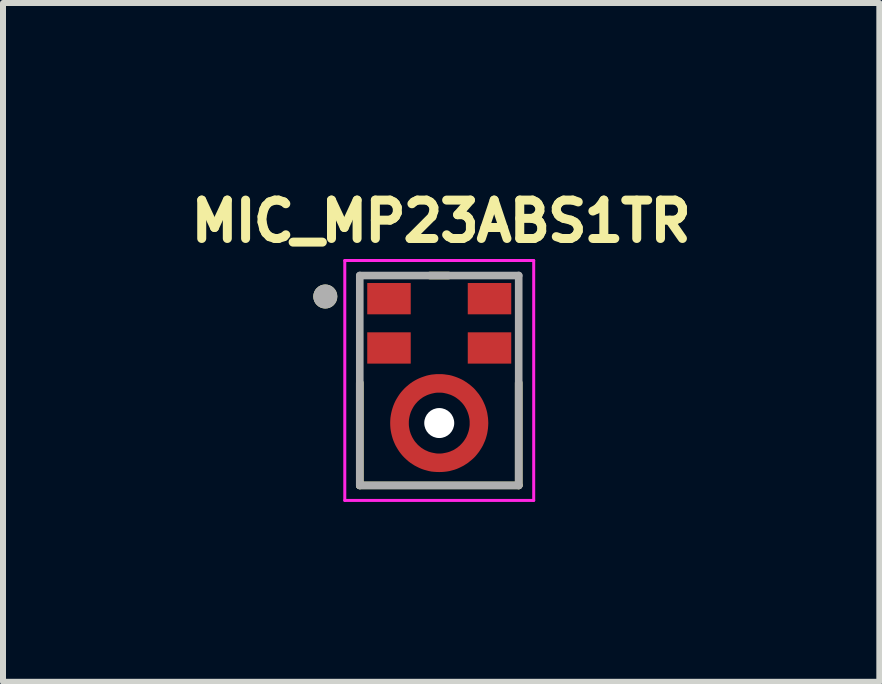
<source format=kicad_pcb>
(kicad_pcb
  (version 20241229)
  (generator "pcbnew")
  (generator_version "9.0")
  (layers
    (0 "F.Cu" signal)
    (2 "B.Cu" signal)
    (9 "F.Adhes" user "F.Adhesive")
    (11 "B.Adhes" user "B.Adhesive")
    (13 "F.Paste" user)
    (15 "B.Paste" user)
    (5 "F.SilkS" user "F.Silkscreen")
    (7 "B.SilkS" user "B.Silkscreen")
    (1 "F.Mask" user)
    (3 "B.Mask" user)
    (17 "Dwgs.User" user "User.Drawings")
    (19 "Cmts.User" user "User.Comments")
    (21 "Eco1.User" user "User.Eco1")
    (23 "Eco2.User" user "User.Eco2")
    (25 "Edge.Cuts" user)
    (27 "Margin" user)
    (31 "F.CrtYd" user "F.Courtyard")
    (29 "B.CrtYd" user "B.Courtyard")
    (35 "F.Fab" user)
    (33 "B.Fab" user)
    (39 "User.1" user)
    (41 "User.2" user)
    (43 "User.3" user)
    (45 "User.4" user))
  (footprint "MIC_MP23ABS1TR"
    (layer "F.Cu")
    (at 4.274 3.294)
    (property "Reference" "MIC_MP23ABS1TR" (at 0.032 -2.656 0) (layer "F.SilkS") (effects (font (size 0.64 0.64) (thickness 0.15))))
    (attr through_hole)
    (fp_circle (center 0 0.71) (end 0.456 0.71) (stroke (width 0.912) (type solid)) (fill no) (layer "F.Mask"))
    (fp_line (start -1.325 1.75) (end -1.325 0.039) (stroke (width 0.127) (type solid)) (layer "F.SilkS"))
    (fp_line (start -0.155 -1.75) (end 0.155 -1.75) (stroke (width 0.127) (type solid)) (layer "F.SilkS"))
    (fp_line (start 1.325 0.039) (end 1.325 1.75) (stroke (width 0.127) (type solid)) (layer "F.SilkS"))
    (fp_line (start 1.325 1.75) (end -1.325 1.75) (stroke (width 0.127) (type solid)) (layer "F.SilkS"))
    (fp_circle (center -1.9 -1.4) (end -1.8 -1.4) (stroke (width 0.2) (type solid)) (fill no) (layer "F.SilkS"))
    (fp_poly (pts (xy -1.157 -1.594) (xy -0.517 -1.594) (xy -0.517 -1.134) (xy -1.157 -1.134)) (stroke (width 0.01) (type solid)) (fill yes) (layer "F.Paste"))
    (fp_poly (pts (xy -1.157 -0.772) (xy -0.517 -0.772) (xy -0.517 -0.312) (xy -1.157 -0.312)) (stroke (width 0.01) (type solid)) (fill yes) (layer "F.Paste"))
    (fp_poly (pts (xy 0.517 -1.594) (xy 1.157 -1.594) (xy 1.157 -1.134) (xy 0.517 -1.134)) (stroke (width 0.01) (type solid)) (fill yes) (layer "F.Paste"))
    (fp_poly (pts (xy 0.517 -0.772) (xy 1.157 -0.772) (xy 1.157 -0.312) (xy 0.517 -0.312)) (stroke (width 0.01) (type solid)) (fill yes) (layer "F.Paste"))
    (fp_poly (pts (xy -0.15 -0.087) (xy -0.15 0.222) (xy -0.172 0.229) (xy -0.192 0.236) (xy -0.212 0.244) (xy -0.232 0.253) (xy -0.252 0.263) (xy -0.27 0.274) (xy -0.289 0.286) (xy -0.307 0.298) (xy -0.324 0.311) (xy -0.341 0.325) (xy -0.357 0.34) (xy -0.372 0.355) (xy -0.387 0.371) (xy -0.401 0.388) (xy -0.415 0.405) (xy -0.427 0.423) (xy -0.439 0.441) (xy -0.45 0.46) (xy -0.46 0.479) (xy -0.469 0.499) (xy -0.478 0.519) (xy -0.485 0.54) (xy -0.492 0.56) (xy -0.498 0.581) (xy -0.503 0.603) (xy -0.506 0.624) (xy -0.509 0.646) (xy -0.511 0.667) (xy -0.512 0.689) (xy -0.512 0.71) (xy -0.512 0.731) (xy -0.511 0.753) (xy -0.509 0.774) (xy -0.506 0.796) (xy -0.503 0.817) (xy -0.498 0.839) (xy -0.492 0.86) (xy -0.485 0.88) (xy -0.478 0.901) (xy -0.469 0.921) (xy -0.46 0.941) (xy -0.45 0.96) (xy -0.439 0.979) (xy -0.427 0.997) (xy -0.415 1.015) (xy -0.401 1.032) (xy -0.387 1.049) (xy -0.372 1.065) (xy -0.357 1.08) (xy -0.341 1.095) (xy -0.324 1.109) (xy -0.307 1.122) (xy -0.289 1.134) (xy -0.27 1.146) (xy -0.252 1.157) (xy -0.232 1.167) (xy -0.212 1.176) (xy -0.192 1.184) (xy -0.172 1.191) (xy -0.15 1.198) (xy -0.15 1.507) (xy -0.183 1.5) (xy -0.22 1.491) (xy -0.255 1.48) (xy -0.291 1.468) (xy -0.326 1.454) (xy -0.36 1.438) (xy -0.393 1.421) (xy -0.426 1.402) (xy -0.457 1.382) (xy -0.488 1.36) (xy -0.517 1.337) (xy -0.546 1.313) (xy -0.573 1.287) (xy -0.599 1.26) (xy -0.624 1.232) (xy -0.647 1.203) (xy -0.669 1.172) (xy -0.69 1.141) (xy -0.709 1.109) (xy -0.727 1.076) (xy -0.743 1.042) (xy -0.757 1.007) (xy -0.77 0.972) (xy -0.781 0.936) (xy -0.791 0.9) (xy -0.799 0.863) (xy -0.805 0.826) (xy -0.809 0.789) (xy -0.812 0.751) (xy -0.813 0.71) (xy -0.812 0.669) (xy -0.809 0.631) (xy -0.805 0.594) (xy -0.799 0.557) (xy -0.791 0.52) (xy -0.781 0.484) (xy -0.77 0.448) (xy -0.757 0.413) (xy -0.743 0.378) (xy -0.727 0.344) (xy -0.709 0.311) (xy -0.69 0.279) (xy -0.669 0.248) (xy -0.647 0.217) (xy -0.624 0.188) (xy -0.599 0.16) (xy -0.573 0.133) (xy -0.546 0.107) (xy -0.517 0.083) (xy -0.488 0.06) (xy -0.457 0.038) (xy -0.426 0.018) (xy -0.393 -0.001) (xy -0.36 -0.018) (xy -0.326 -0.034) (xy -0.291 -0.048) (xy -0.255 -0.06) (xy -0.22 -0.071) (xy -0.183 -0.08) (xy -0.15 -0.087)) (stroke (width 0.01) (type solid)) (fill yes) (layer "F.Paste"))
    (fp_poly (pts (xy 0.15 -0.087) (xy 0.15 0.222) (xy 0.172 0.229) (xy 0.192 0.236) (xy 0.212 0.244) (xy 0.232 0.253) (xy 0.252 0.263) (xy 0.27 0.274) (xy 0.289 0.286) (xy 0.307 0.298) (xy 0.324 0.311) (xy 0.341 0.325) (xy 0.357 0.34) (xy 0.372 0.355) (xy 0.387 0.371) (xy 0.401 0.388) (xy 0.415 0.405) (xy 0.427 0.423) (xy 0.439 0.441) (xy 0.45 0.46) (xy 0.46 0.479) (xy 0.469 0.499) (xy 0.478 0.519) (xy 0.485 0.54) (xy 0.492 0.56) (xy 0.498 0.581) (xy 0.503 0.603) (xy 0.506 0.624) (xy 0.509 0.646) (xy 0.511 0.667) (xy 0.512 0.689) (xy 0.512 0.71) (xy 0.512 0.731) (xy 0.511 0.753) (xy 0.509 0.774) (xy 0.506 0.796) (xy 0.503 0.817) (xy 0.498 0.839) (xy 0.492 0.86) (xy 0.485 0.88) (xy 0.478 0.901) (xy 0.469 0.921) (xy 0.46 0.941) (xy 0.45 0.96) (xy 0.439 0.979) (xy 0.427 0.997) (xy 0.415 1.015) (xy 0.401 1.032) (xy 0.387 1.049) (xy 0.372 1.065) (xy 0.357 1.08) (xy 0.341 1.095) (xy 0.324 1.109) (xy 0.307 1.122) (xy 0.289 1.134) (xy 0.27 1.146) (xy 0.252 1.157) (xy 0.232 1.167) (xy 0.212 1.176) (xy 0.192 1.184) (xy 0.172 1.191) (xy 0.15 1.198) (xy 0.15 1.507) (xy 0.183 1.5) (xy 0.22 1.491) (xy 0.255 1.48) (xy 0.291 1.468) (xy 0.326 1.454) (xy 0.36 1.438) (xy 0.393 1.421) (xy 0.426 1.402) (xy 0.457 1.382) (xy 0.488 1.36) (xy 0.517 1.337) (xy 0.546 1.313) (xy 0.573 1.287) (xy 0.599 1.26) (xy 0.624 1.232) (xy 0.647 1.203) (xy 0.669 1.172) (xy 0.69 1.141) (xy 0.709 1.109) (xy 0.727 1.076) (xy 0.743 1.042) (xy 0.757 1.007) (xy 0.77 0.972) (xy 0.781 0.936) (xy 0.791 0.9) (xy 0.799 0.863) (xy 0.805 0.826) (xy 0.809 0.789) (xy 0.812 0.751) (xy 0.813 0.71) (xy 0.812 0.669) (xy 0.809 0.631) (xy 0.805 0.594) (xy 0.799 0.557) (xy 0.791 0.52) (xy 0.781 0.484) (xy 0.77 0.448) (xy 0.757 0.413) (xy 0.743 0.378) (xy 0.727 0.344) (xy 0.709 0.311) (xy 0.69 0.279) (xy 0.669 0.248) (xy 0.647 0.217) (xy 0.624 0.188) (xy 0.599 0.16) (xy 0.573 0.133) (xy 0.546 0.107) (xy 0.517 0.083) (xy 0.488 0.06) (xy 0.457 0.038) (xy 0.426 0.018) (xy 0.393 -0.001) (xy 0.36 -0.018) (xy 0.326 -0.034) (xy 0.291 -0.048) (xy 0.255 -0.06) (xy 0.22 -0.071) (xy 0.183 -0.08) (xy 0.15 -0.087)) (stroke (width 0.01) (type solid)) (fill yes) (layer "F.Paste"))
    (fp_line (start -1.575 -2) (end 1.575 -2) (stroke (width 0.05) (type solid)) (layer "F.CrtYd"))
    (fp_line (start -1.575 2) (end -1.575 -2) (stroke (width 0.05) (type solid)) (layer "F.CrtYd"))
    (fp_line (start 1.575 -2) (end 1.575 2) (stroke (width 0.05) (type solid)) (layer "F.CrtYd"))
    (fp_line (start 1.575 2) (end -1.575 2) (stroke (width 0.05) (type solid)) (layer "F.CrtYd"))
    (fp_line (start -1.325 -1.75) (end 1.325 -1.75) (stroke (width 0.127) (type solid)) (layer "F.Fab"))
    (fp_line (start -1.325 1.75) (end -1.325 -1.75) (stroke (width 0.127) (type solid)) (layer "F.Fab"))
    (fp_line (start 1.325 -1.75) (end 1.325 1.75) (stroke (width 0.127) (type solid)) (layer "F.Fab"))
    (fp_line (start 1.325 1.75) (end -1.325 1.75) (stroke (width 0.127) (type solid)) (layer "F.Fab"))
    (fp_circle (center -1.9 -1.4) (end -1.8 -1.4) (stroke (width 0.2) (type solid)) (fill no) (layer "F.Fab"))
    (pad "" np_thru_hole circle (at 0 0.71) (size 0.5 0.5) (drill 0.5) (layers "*.Cu" "*.Mask"))
    (pad "1" smd rect (at -0.838 -1.364) (size 0.725 0.522) (layers "F.Cu" "F.Mask"))
    (pad "2" smd rect (at -0.838 -0.542) (size 0.725 0.522) (layers "F.Cu" "F.Mask"))
    (pad "3" smd custom (at 0 1.373) (size 0.1 0.1) (layers "F.Cu") (options (anchor rect)) (primitives (gr_poly (pts (xy -0.813 -0.66) (xy -0.512 -0.659) (xy -0.512 -0.634) (xy -0.51 -0.608) (xy -0.506 -0.582) (xy -0.501 -0.554) (xy -0.495 -0.528) (xy -0.487 -0.503) (xy -0.479 -0.478) (xy -0.468 -0.454) (xy -0.457 -0.429) (xy -0.444 -0.406) (xy -0.43 -0.383) (xy -0.415 -0.36) (xy -0.399 -0.34) (xy -0.381 -0.32) (xy -0.363 -0.299) (xy -0.343 -0.281) (xy -0.323 -0.264) (xy -0.302 -0.247) (xy -0.28 -0.233) (xy -0.257 -0.218) (xy -0.233 -0.205) (xy -0.209 -0.195) (xy -0.184 -0.183) (xy -0.159 -0.175) (xy -0.134 -0.168) (xy -0.108 -0.162) (xy -0.081 -0.157) (xy -0.055 -0.152) (xy -0.028 -0.15) (xy 0 -0.15) (xy 0.027 -0.15) (xy 0.054 -0.152) (xy 0.08 -0.157) (xy 0.107 -0.162) (xy 0.133 -0.168) (xy 0.158 -0.175) (xy 0.184 -0.184) (xy 0.208 -0.195) (xy 0.233 -0.205) (xy 0.256 -0.218) (xy 0.279 -0.233) (xy 0.301 -0.247) (xy 0.323 -0.265) (xy 0.343 -0.281) (xy 0.362 -0.3) (xy 0.381 -0.32) (xy 0.398 -0.34) (xy 0.415 -0.361) (xy 0.43 -0.384) (xy 0.444 -0.406) (xy 0.457 -0.429) (xy 0.468 -0.455) (xy 0.478 -0.478) (xy 0.487 -0.504) (xy 0.495 -0.529) (xy 0.501 -0.555) (xy 0.506 -0.583) (xy 0.51 -0.609) (xy 0.512 -0.635) (xy 0.512 -0.662) (xy 0.512 -0.69) (xy 0.51 -0.717) (xy 0.506 -0.743) (xy 0.501 -0.769) (xy 0.495 -0.795) (xy 0.487 -0.821) (xy 0.478 -0.847) (xy 0.468 -0.871) (xy 0.457 -0.895) (xy 0.444 -0.918) (xy 0.43 -0.942) (xy 0.415 -0.964) (xy 0.398 -0.986) (xy 0.381 -1.006) (xy 0.362 -1.024) (xy 0.343 -1.044) (xy 0.323 -1.06) (xy 0.301 -1.077) (xy 0.279 -1.093) (xy 0.256 -1.107) (xy 0.233 -1.119) (xy 0.208 -1.131) (xy 0.184 -1.141) (xy 0.158 -1.149) (xy 0.133 -1.157) (xy 0.107 -1.163) (xy 0.08 -1.169) (xy 0.054 -1.173) (xy 0.027 -1.175) (xy 0 -1.175) (xy -0.028 -1.175) (xy -0.055 -1.173) (xy -0.081 -1.169) (xy -0.108 -1.163) (xy -0.134 -1.157) (xy -0.159 -1.149) (xy -0.184 -1.141) (xy -0.209 -1.131) (xy -0.233 -1.119) (xy -0.257 -1.107) (xy -0.28 -1.093) (xy -0.302 -1.077) (xy -0.323 -1.062) (xy -0.343 -1.044) (xy -0.363 -1.026) (xy -0.381 -1.006) (xy -0.399 -0.986) (xy -0.415 -0.965) (xy -0.43 -0.943) (xy -0.444 -0.919) (xy -0.457 -0.895) (xy -0.468 -0.872) (xy -0.479 -0.847) (xy -0.487 -0.822) (xy -0.495 -0.796) (xy -0.501 -0.77) (xy -0.506 -0.744) (xy -0.51 -0.718) (xy -0.512 -0.691) (xy -0.512 -0.664) (xy -0.813 -0.664) (xy -0.812 -0.706) (xy -0.809 -0.749) (xy -0.803 -0.79) (xy -0.795 -0.833) (xy -0.785 -0.874) (xy -0.773 -0.914) (xy -0.759 -0.955) (xy -0.743 -0.994) (xy -0.725 -1.032) (xy -0.704 -1.069) (xy -0.682 -1.105) (xy -0.658 -1.141) (xy -0.632 -1.175) (xy -0.605 -1.206) (xy -0.575 -1.238) (xy -0.545 -1.266) (xy -0.512 -1.294) (xy -0.478 -1.321) (xy -0.443 -1.345) (xy -0.407 -1.367) (xy -0.37 -1.387) (xy -0.332 -1.405) (xy -0.292 -1.421) (xy -0.252 -1.435) (xy -0.212 -1.448) (xy -0.17 -1.458) (xy -0.128 -1.466) (xy -0.086 -1.47) (xy -0.044 -1.474) (xy 0 -1.474) (xy 0.043 -1.474) (xy 0.085 -1.47) (xy 0.127 -1.464) (xy 0.169 -1.458) (xy 0.21 -1.448) (xy 0.251 -1.435) (xy 0.291 -1.421) (xy 0.33 -1.405) (xy 0.369 -1.387) (xy 0.406 -1.367) (xy 0.443 -1.343) (xy 0.478 -1.319) (xy 0.511 -1.294) (xy 0.544 -1.266) (xy 0.575 -1.238) (xy 0.604 -1.206) (xy 0.631 -1.173) (xy 0.657 -1.141) (xy 0.681 -1.105) (xy 0.704 -1.069) (xy 0.724 -1.032) (xy 0.742 -0.993) (xy 0.759 -0.954) (xy 0.773 -0.913) (xy 0.785 -0.873) (xy 0.795 -0.832) (xy 0.802 -0.789) (xy 0.808 -0.748) (xy 0.811 -0.706) (xy 0.813 -0.662) (xy 0.811 -0.62) (xy 0.808 -0.578) (xy 0.802 -0.535) (xy 0.795 -0.493) (xy 0.785 -0.453) (xy 0.773 -0.411) (xy 0.759 -0.371) (xy 0.742 -0.333) (xy 0.724 -0.293) (xy 0.704 -0.257) (xy 0.681 -0.22) (xy 0.657 -0.184) (xy 0.631 -0.151) (xy 0.604 -0.118) (xy 0.575 -0.087) (xy 0.544 -0.059) (xy 0.511 -0.032) (xy 0.478 -0.005) (xy 0.443 0.018) (xy 0.406 0.042) (xy 0.369 0.061) (xy 0.33 0.08) (xy 0.291 0.097) (xy 0.251 0.111) (xy 0.21 0.122) (xy 0.169 0.133) (xy 0.127 0.14) (xy 0.085 0.145) (xy 0.043 0.148) (xy 0 0.149) (xy -0.044 0.148) (xy -0.086 0.145) (xy -0.128 0.141) (xy -0.17 0.133) (xy -0.212 0.122) (xy -0.252 0.111) (xy -0.292 0.097) (xy -0.332 0.08) (xy -0.37 0.061) (xy -0.407 0.042) (xy -0.443 0.019) (xy -0.478 -0.004) (xy -0.512 -0.03) (xy -0.545 -0.059) (xy -0.575 -0.087) (xy -0.605 -0.118) (xy -0.632 -0.15) (xy -0.658 -0.184) (xy -0.682 -0.22) (xy -0.704 -0.256) (xy -0.725 -0.293) (xy -0.743 -0.332) (xy -0.759 -0.37) (xy -0.773 -0.41) (xy -0.785 -0.452) (xy -0.795 -0.492) (xy -0.803 -0.534) (xy -0.809 -0.577) (xy -0.812 -0.62) (xy -0.813 -0.659) (xy -0.813 -0.66)) (width 0.01) (fill yes))))
    (pad "4" smd rect (at 0.838 -0.542) (size 0.725 0.522) (layers "F.Cu" "F.Mask"))
    (pad "5" smd rect (at 0.838 -1.364) (size 0.725 0.522) (layers "F.Cu" "F.Mask")))
  (gr_rect
    (start -3 -3)
    (end 11.612 8.319)
    (stroke (width 0.1) (type default))
    (fill no)
    (layer "Edge.Cuts")))
</source>
